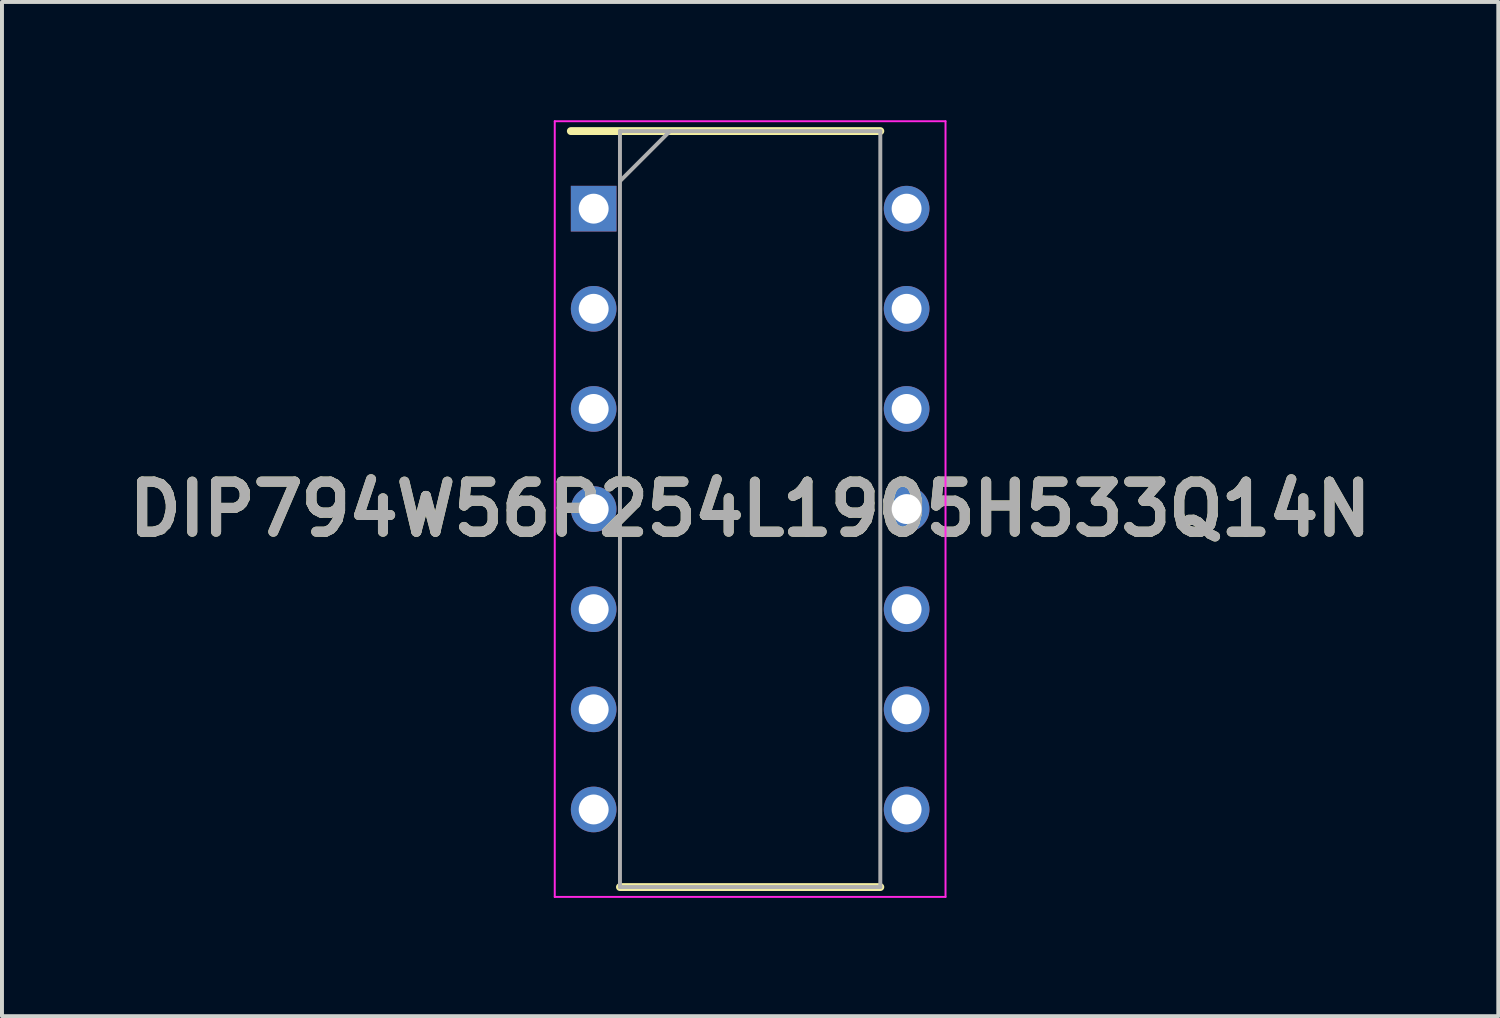
<source format=kicad_pcb>
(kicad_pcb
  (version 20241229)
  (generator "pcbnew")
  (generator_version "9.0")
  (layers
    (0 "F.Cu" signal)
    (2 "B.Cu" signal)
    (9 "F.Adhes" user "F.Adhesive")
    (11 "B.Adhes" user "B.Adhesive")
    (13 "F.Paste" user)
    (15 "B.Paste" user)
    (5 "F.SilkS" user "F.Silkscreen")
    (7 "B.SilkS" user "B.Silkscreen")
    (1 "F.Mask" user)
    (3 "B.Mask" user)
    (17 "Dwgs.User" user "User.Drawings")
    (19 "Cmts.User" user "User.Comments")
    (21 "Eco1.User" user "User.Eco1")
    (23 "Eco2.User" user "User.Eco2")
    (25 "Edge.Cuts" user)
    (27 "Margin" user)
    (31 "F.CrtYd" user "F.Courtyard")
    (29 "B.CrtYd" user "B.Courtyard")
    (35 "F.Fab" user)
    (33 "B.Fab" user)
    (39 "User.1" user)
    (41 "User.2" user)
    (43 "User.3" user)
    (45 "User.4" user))
  (footprint "DIP794W56P254L1905H533Q14N"
    (layer "F.Cu")
    (at 15.978 9.863)
    (property "Reference" "DIP794W56P254L1905H533Q14N" (at 0 0 0) (layer "F.SilkS") (effects (font (size 1.27 1.27) (thickness 0.254))))
    (attr through_hole)
    (fp_line (start -4.548 -9.588) (end 3.302 -9.588) (stroke (width 0.2) (type solid)) (layer "F.SilkS"))
    (fp_line (start -3.302 9.588) (end 3.302 9.588) (stroke (width 0.2) (type solid)) (layer "F.SilkS"))
    (fp_line (start -4.956 -9.838) (end 4.956 -9.838) (stroke (width 0.05) (type solid)) (layer "F.CrtYd"))
    (fp_line (start -4.956 9.838) (end -4.956 -9.838) (stroke (width 0.05) (type solid)) (layer "F.CrtYd"))
    (fp_line (start 4.956 -9.838) (end 4.956 9.838) (stroke (width 0.05) (type solid)) (layer "F.CrtYd"))
    (fp_line (start 4.956 9.838) (end -4.956 9.838) (stroke (width 0.05) (type solid)) (layer "F.CrtYd"))
    (fp_line (start -3.302 -9.588) (end 3.302 -9.588) (stroke (width 0.1) (type solid)) (layer "F.Fab"))
    (fp_line (start -3.302 -8.318) (end -2.032 -9.588) (stroke (width 0.1) (type solid)) (layer "F.Fab"))
    (fp_line (start -3.302 9.588) (end -3.302 -9.588) (stroke (width 0.1) (type solid)) (layer "F.Fab"))
    (fp_line (start 3.302 -9.588) (end 3.302 9.588) (stroke (width 0.1) (type solid)) (layer "F.Fab"))
    (fp_line (start 3.302 9.588) (end -3.302 9.588) (stroke (width 0.1) (type solid)) (layer "F.Fab"))
    (fp_text user "${REFERENCE}" (at 0 0 0) (layer "F.Fab") (effects (font (size 1.27 1.27) (thickness 0.254))))
    (pad "1" thru_hole rect (at -3.969 -7.62) (size 1.158 1.158) (drill 0.758) (layers "*.Cu" "*.Mask"))
    (pad "2" thru_hole circle (at -3.969 -5.08) (size 1.158 1.158) (drill 0.758) (layers "*.Cu" "*.Mask"))
    (pad "3" thru_hole circle (at -3.969 -2.54) (size 1.158 1.158) (drill 0.758) (layers "*.Cu" "*.Mask"))
    (pad "4" thru_hole circle (at -3.969 0) (size 1.158 1.158) (drill 0.758) (layers "*.Cu" "*.Mask"))
    (pad "5" thru_hole circle (at -3.969 2.54) (size 1.158 1.158) (drill 0.758) (layers "*.Cu" "*.Mask"))
    (pad "6" thru_hole circle (at -3.969 5.08) (size 1.158 1.158) (drill 0.758) (layers "*.Cu" "*.Mask"))
    (pad "7" thru_hole circle (at -3.969 7.62) (size 1.158 1.158) (drill 0.758) (layers "*.Cu" "*.Mask"))
    (pad "8" thru_hole circle (at 3.969 7.62) (size 1.158 1.158) (drill 0.758) (layers "*.Cu" "*.Mask"))
    (pad "9" thru_hole circle (at 3.969 5.08) (size 1.158 1.158) (drill 0.758) (layers "*.Cu" "*.Mask"))
    (pad "10" thru_hole circle (at 3.969 2.54) (size 1.158 1.158) (drill 0.758) (layers "*.Cu" "*.Mask"))
    (pad "11" thru_hole circle (at 3.969 0) (size 1.158 1.158) (drill 0.758) (layers "*.Cu" "*.Mask"))
    (pad "12" thru_hole circle (at 3.969 -2.54) (size 1.158 1.158) (drill 0.758) (layers "*.Cu" "*.Mask"))
    (pad "13" thru_hole circle (at 3.969 -5.08) (size 1.158 1.158) (drill 0.758) (layers "*.Cu" "*.Mask"))
    (pad "14" thru_hole circle (at 3.969 -7.62) (size 1.158 1.158) (drill 0.758) (layers "*.Cu" "*.Mask")))
  (gr_rect
    (start -3 -3)
    (end 34.956 22.726)
    (stroke (width 0.1) (type default))
    (fill no)
    (layer "Edge.Cuts")))
</source>
